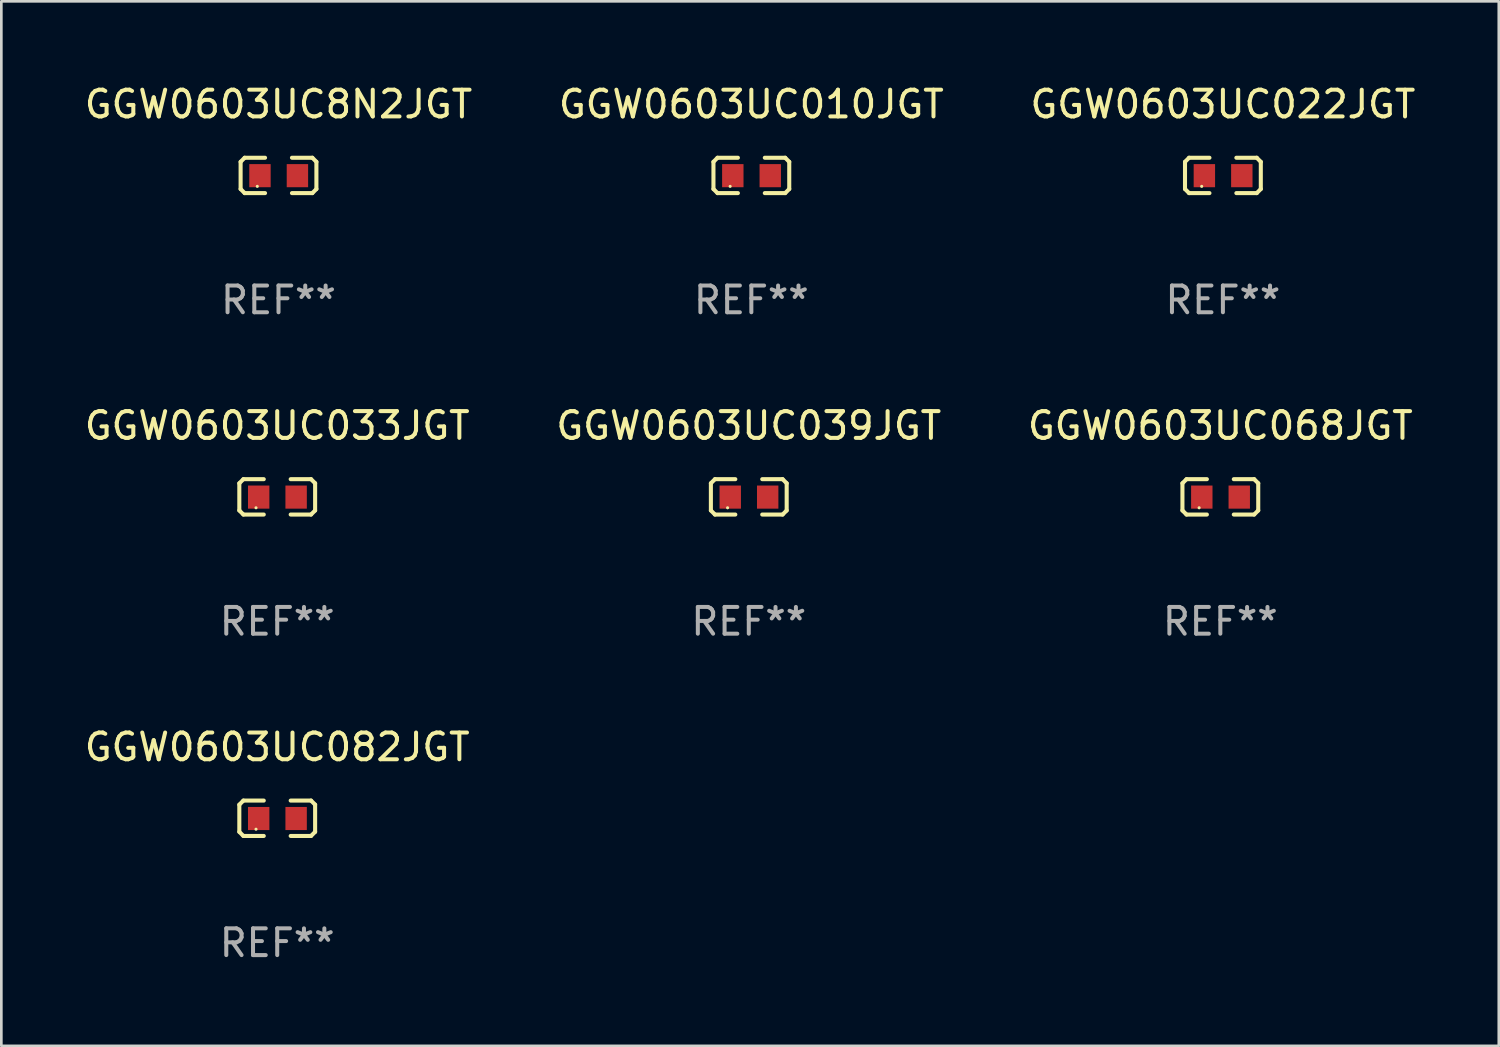
<source format=kicad_pcb>
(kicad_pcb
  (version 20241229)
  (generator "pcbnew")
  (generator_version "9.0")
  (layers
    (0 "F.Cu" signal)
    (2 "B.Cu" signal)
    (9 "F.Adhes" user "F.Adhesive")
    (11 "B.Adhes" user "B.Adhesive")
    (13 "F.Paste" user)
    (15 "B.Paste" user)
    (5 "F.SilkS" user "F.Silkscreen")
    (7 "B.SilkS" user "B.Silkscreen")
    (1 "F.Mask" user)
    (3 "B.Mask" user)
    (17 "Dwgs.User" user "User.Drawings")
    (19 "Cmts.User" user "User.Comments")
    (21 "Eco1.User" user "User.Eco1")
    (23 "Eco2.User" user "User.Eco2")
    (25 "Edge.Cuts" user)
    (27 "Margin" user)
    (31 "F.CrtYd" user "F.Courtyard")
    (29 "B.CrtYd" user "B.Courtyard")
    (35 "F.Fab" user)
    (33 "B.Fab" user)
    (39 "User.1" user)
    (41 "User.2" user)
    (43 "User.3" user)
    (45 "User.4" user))
  (footprint "GGW0603UC8N2JGT"
    (layer "F.Cu")
    (at 7.363 3.509)
    (property "Reference" "GGW0603UC8N2JGT" (at 0 -2.661 0) (layer "F.SilkS") (effects (font (size 1 1) (thickness 0.15))))
    (attr through_hole)
    (fp_line (start -1.417 -0.508) (end -1.265 -0.661) (stroke (width 0.152) (type solid)) (layer "F.SilkS"))
    (fp_line (start -1.417 0.508) (end -1.417 -0.508) (stroke (width 0.152) (type solid)) (layer "F.SilkS"))
    (fp_line (start -1.265 -0.661) (end -0.503 -0.661) (stroke (width 0.152) (type solid)) (layer "F.SilkS"))
    (fp_line (start -1.265 0.661) (end -1.417 0.508) (stroke (width 0.152) (type solid)) (layer "F.SilkS"))
    (fp_line (start -1.265 0.661) (end -0.503 0.661) (stroke (width 0.152) (type solid)) (layer "F.SilkS"))
    (fp_line (start 1.265 -0.661) (end 0.503 -0.661) (stroke (width 0.152) (type solid)) (layer "F.SilkS"))
    (fp_line (start 1.265 -0.661) (end 1.417 -0.508) (stroke (width 0.152) (type solid)) (layer "F.SilkS"))
    (fp_line (start 1.265 0.661) (end 0.503 0.661) (stroke (width 0.152) (type solid)) (layer "F.SilkS"))
    (fp_line (start 1.417 -0.508) (end 1.417 0.508) (stroke (width 0.152) (type solid)) (layer "F.SilkS"))
    (fp_line (start 1.417 0.508) (end 1.265 0.661) (stroke (width 0.152) (type solid)) (layer "F.SilkS"))
    (fp_circle (center -0.793 0.409) (end -0.763 0.409) (stroke (width 0.06) (type solid)) (fill no) (layer "F.SilkS"))
    (fp_text user "REF**" (at 0 4.661 0) (layer "F.Fab") (effects (font (size 1 1) (thickness 0.15))))
    (pad "1" smd rect (at -0.693 0.009 180) (size 0.8 0.864) (layers "F.Cu" "F.Mask" "F.Paste"))
    (pad "2" smd rect (at 0.707 0.009 180) (size 0.8 0.864) (layers "F.Cu" "F.Mask" "F.Paste")))
  (footprint "GGW0603UC010JGT"
    (layer "F.Cu")
    (at 25.042 3.509)
    (property "Reference" "GGW0603UC010JGT" (at 0 -2.661 0) (layer "F.SilkS") (effects (font (size 1 1) (thickness 0.15))))
    (attr through_hole)
    (fp_line (start -1.417 -0.508) (end -1.265 -0.661) (stroke (width 0.152) (type solid)) (layer "F.SilkS"))
    (fp_line (start -1.417 0.508) (end -1.417 -0.508) (stroke (width 0.152) (type solid)) (layer "F.SilkS"))
    (fp_line (start -1.265 -0.661) (end -0.503 -0.661) (stroke (width 0.152) (type solid)) (layer "F.SilkS"))
    (fp_line (start -1.265 0.661) (end -1.417 0.508) (stroke (width 0.152) (type solid)) (layer "F.SilkS"))
    (fp_line (start -1.265 0.661) (end -0.503 0.661) (stroke (width 0.152) (type solid)) (layer "F.SilkS"))
    (fp_line (start 1.265 -0.661) (end 0.503 -0.661) (stroke (width 0.152) (type solid)) (layer "F.SilkS"))
    (fp_line (start 1.265 -0.661) (end 1.417 -0.508) (stroke (width 0.152) (type solid)) (layer "F.SilkS"))
    (fp_line (start 1.265 0.661) (end 0.503 0.661) (stroke (width 0.152) (type solid)) (layer "F.SilkS"))
    (fp_line (start 1.417 -0.508) (end 1.417 0.508) (stroke (width 0.152) (type solid)) (layer "F.SilkS"))
    (fp_line (start 1.417 0.508) (end 1.265 0.661) (stroke (width 0.152) (type solid)) (layer "F.SilkS"))
    (fp_circle (center -0.793 0.409) (end -0.763 0.409) (stroke (width 0.06) (type solid)) (fill no) (layer "F.SilkS"))
    (fp_text user "REF**" (at 0 4.661 0) (layer "F.Fab") (effects (font (size 1 1) (thickness 0.15))))
    (pad "1" smd rect (at -0.693 0.009 180) (size 0.8 0.864) (layers "F.Cu" "F.Mask" "F.Paste"))
    (pad "2" smd rect (at 0.707 0.009 180) (size 0.8 0.864) (layers "F.Cu" "F.Mask" "F.Paste")))
  (footprint "GGW0603UC039JGT"
    (layer "F.Cu")
    (at 24.946 15.527)
    (property "Reference" "GGW0603UC039JGT" (at 0 -2.661 0) (layer "F.SilkS") (effects (font (size 1 1) (thickness 0.15))))
    (attr through_hole)
    (fp_line (start -1.417 -0.508) (end -1.265 -0.661) (stroke (width 0.152) (type solid)) (layer "F.SilkS"))
    (fp_line (start -1.417 0.508) (end -1.417 -0.508) (stroke (width 0.152) (type solid)) (layer "F.SilkS"))
    (fp_line (start -1.265 -0.661) (end -0.503 -0.661) (stroke (width 0.152) (type solid)) (layer "F.SilkS"))
    (fp_line (start -1.265 0.661) (end -1.417 0.508) (stroke (width 0.152) (type solid)) (layer "F.SilkS"))
    (fp_line (start -1.265 0.661) (end -0.503 0.661) (stroke (width 0.152) (type solid)) (layer "F.SilkS"))
    (fp_line (start 1.265 -0.661) (end 0.503 -0.661) (stroke (width 0.152) (type solid)) (layer "F.SilkS"))
    (fp_line (start 1.265 -0.661) (end 1.417 -0.508) (stroke (width 0.152) (type solid)) (layer "F.SilkS"))
    (fp_line (start 1.265 0.661) (end 0.503 0.661) (stroke (width 0.152) (type solid)) (layer "F.SilkS"))
    (fp_line (start 1.417 -0.508) (end 1.417 0.508) (stroke (width 0.152) (type solid)) (layer "F.SilkS"))
    (fp_line (start 1.417 0.508) (end 1.265 0.661) (stroke (width 0.152) (type solid)) (layer "F.SilkS"))
    (fp_circle (center -0.793 0.409) (end -0.763 0.409) (stroke (width 0.06) (type solid)) (fill no) (layer "F.SilkS"))
    (fp_text user "REF**" (at 0 4.661 0) (layer "F.Fab") (effects (font (size 1 1) (thickness 0.15))))
    (pad "1" smd rect (at -0.693 0.009 180) (size 0.8 0.864) (layers "F.Cu" "F.Mask" "F.Paste"))
    (pad "2" smd rect (at 0.707 0.009 180) (size 0.8 0.864) (layers "F.Cu" "F.Mask" "F.Paste")))
  (footprint "GGW0603UC033JGT"
    (layer "F.Cu")
    (at 7.315 15.527)
    (property "Reference" "GGW0603UC033JGT" (at 0 -2.661 0) (layer "F.SilkS") (effects (font (size 1 1) (thickness 0.15))))
    (attr through_hole)
    (fp_line (start -1.417 -0.508) (end -1.265 -0.661) (stroke (width 0.152) (type solid)) (layer "F.SilkS"))
    (fp_line (start -1.417 0.508) (end -1.417 -0.508) (stroke (width 0.152) (type solid)) (layer "F.SilkS"))
    (fp_line (start -1.265 -0.661) (end -0.503 -0.661) (stroke (width 0.152) (type solid)) (layer "F.SilkS"))
    (fp_line (start -1.265 0.661) (end -1.417 0.508) (stroke (width 0.152) (type solid)) (layer "F.SilkS"))
    (fp_line (start -1.265 0.661) (end -0.503 0.661) (stroke (width 0.152) (type solid)) (layer "F.SilkS"))
    (fp_line (start 1.265 -0.661) (end 0.503 -0.661) (stroke (width 0.152) (type solid)) (layer "F.SilkS"))
    (fp_line (start 1.265 -0.661) (end 1.417 -0.508) (stroke (width 0.152) (type solid)) (layer "F.SilkS"))
    (fp_line (start 1.265 0.661) (end 0.503 0.661) (stroke (width 0.152) (type solid)) (layer "F.SilkS"))
    (fp_line (start 1.417 -0.508) (end 1.417 0.508) (stroke (width 0.152) (type solid)) (layer "F.SilkS"))
    (fp_line (start 1.417 0.508) (end 1.265 0.661) (stroke (width 0.152) (type solid)) (layer "F.SilkS"))
    (fp_circle (center -0.793 0.409) (end -0.763 0.409) (stroke (width 0.06) (type solid)) (fill no) (layer "F.SilkS"))
    (fp_text user "REF**" (at 0 4.661 0) (layer "F.Fab") (effects (font (size 1 1) (thickness 0.15))))
    (pad "1" smd rect (at -0.693 0.009 180) (size 0.8 0.864) (layers "F.Cu" "F.Mask" "F.Paste"))
    (pad "2" smd rect (at 0.707 0.009 180) (size 0.8 0.864) (layers "F.Cu" "F.Mask" "F.Paste")))
  (footprint "GGW0603UC022JGT"
    (layer "F.Cu")
    (at 42.673 3.509)
    (property "Reference" "GGW0603UC022JGT" (at 0 -2.661 0) (layer "F.SilkS") (effects (font (size 1 1) (thickness 0.15))))
    (attr through_hole)
    (fp_line (start -1.417 -0.508) (end -1.265 -0.661) (stroke (width 0.152) (type solid)) (layer "F.SilkS"))
    (fp_line (start -1.417 0.508) (end -1.417 -0.508) (stroke (width 0.152) (type solid)) (layer "F.SilkS"))
    (fp_line (start -1.265 -0.661) (end -0.503 -0.661) (stroke (width 0.152) (type solid)) (layer "F.SilkS"))
    (fp_line (start -1.265 0.661) (end -1.417 0.508) (stroke (width 0.152) (type solid)) (layer "F.SilkS"))
    (fp_line (start -1.265 0.661) (end -0.503 0.661) (stroke (width 0.152) (type solid)) (layer "F.SilkS"))
    (fp_line (start 1.265 -0.661) (end 0.503 -0.661) (stroke (width 0.152) (type solid)) (layer "F.SilkS"))
    (fp_line (start 1.265 -0.661) (end 1.417 -0.508) (stroke (width 0.152) (type solid)) (layer "F.SilkS"))
    (fp_line (start 1.265 0.661) (end 0.503 0.661) (stroke (width 0.152) (type solid)) (layer "F.SilkS"))
    (fp_line (start 1.417 -0.508) (end 1.417 0.508) (stroke (width 0.152) (type solid)) (layer "F.SilkS"))
    (fp_line (start 1.417 0.508) (end 1.265 0.661) (stroke (width 0.152) (type solid)) (layer "F.SilkS"))
    (fp_circle (center -0.793 0.409) (end -0.763 0.409) (stroke (width 0.06) (type solid)) (fill no) (layer "F.SilkS"))
    (fp_text user "REF**" (at 0 4.661 0) (layer "F.Fab") (effects (font (size 1 1) (thickness 0.15))))
    (pad "1" smd rect (at -0.693 0.009 180) (size 0.8 0.864) (layers "F.Cu" "F.Mask" "F.Paste"))
    (pad "2" smd rect (at 0.707 0.009 180) (size 0.8 0.864) (layers "F.Cu" "F.Mask" "F.Paste")))
  (footprint "GGW0603UC082JGT"
    (layer "F.Cu")
    (at 7.315 27.544)
    (property "Reference" "GGW0603UC082JGT" (at 0 -2.661 0) (layer "F.SilkS") (effects (font (size 1 1) (thickness 0.15))))
    (attr through_hole)
    (fp_line (start -1.417 -0.508) (end -1.265 -0.661) (stroke (width 0.152) (type solid)) (layer "F.SilkS"))
    (fp_line (start -1.417 0.508) (end -1.417 -0.508) (stroke (width 0.152) (type solid)) (layer "F.SilkS"))
    (fp_line (start -1.265 -0.661) (end -0.503 -0.661) (stroke (width 0.152) (type solid)) (layer "F.SilkS"))
    (fp_line (start -1.265 0.661) (end -1.417 0.508) (stroke (width 0.152) (type solid)) (layer "F.SilkS"))
    (fp_line (start -1.265 0.661) (end -0.503 0.661) (stroke (width 0.152) (type solid)) (layer "F.SilkS"))
    (fp_line (start 1.265 -0.661) (end 0.503 -0.661) (stroke (width 0.152) (type solid)) (layer "F.SilkS"))
    (fp_line (start 1.265 -0.661) (end 1.417 -0.508) (stroke (width 0.152) (type solid)) (layer "F.SilkS"))
    (fp_line (start 1.265 0.661) (end 0.503 0.661) (stroke (width 0.152) (type solid)) (layer "F.SilkS"))
    (fp_line (start 1.417 -0.508) (end 1.417 0.508) (stroke (width 0.152) (type solid)) (layer "F.SilkS"))
    (fp_line (start 1.417 0.508) (end 1.265 0.661) (stroke (width 0.152) (type solid)) (layer "F.SilkS"))
    (fp_circle (center -0.793 0.409) (end -0.763 0.409) (stroke (width 0.06) (type solid)) (fill no) (layer "F.SilkS"))
    (fp_text user "REF**" (at 0 4.661 0) (layer "F.Fab") (effects (font (size 1 1) (thickness 0.15))))
    (pad "1" smd rect (at -0.693 0.009 180) (size 0.8 0.864) (layers "F.Cu" "F.Mask" "F.Paste"))
    (pad "2" smd rect (at 0.707 0.009 180) (size 0.8 0.864) (layers "F.Cu" "F.Mask" "F.Paste")))
  (footprint "GGW0603UC068JGT"
    (layer "F.Cu")
    (at 42.577 15.527)
    (property "Reference" "GGW0603UC068JGT" (at 0 -2.661 0) (layer "F.SilkS") (effects (font (size 1 1) (thickness 0.15))))
    (attr through_hole)
    (fp_line (start -1.417 -0.508) (end -1.265 -0.661) (stroke (width 0.152) (type solid)) (layer "F.SilkS"))
    (fp_line (start -1.417 0.508) (end -1.417 -0.508) (stroke (width 0.152) (type solid)) (layer "F.SilkS"))
    (fp_line (start -1.265 -0.661) (end -0.503 -0.661) (stroke (width 0.152) (type solid)) (layer "F.SilkS"))
    (fp_line (start -1.265 0.661) (end -1.417 0.508) (stroke (width 0.152) (type solid)) (layer "F.SilkS"))
    (fp_line (start -1.265 0.661) (end -0.503 0.661) (stroke (width 0.152) (type solid)) (layer "F.SilkS"))
    (fp_line (start 1.265 -0.661) (end 0.503 -0.661) (stroke (width 0.152) (type solid)) (layer "F.SilkS"))
    (fp_line (start 1.265 -0.661) (end 1.417 -0.508) (stroke (width 0.152) (type solid)) (layer "F.SilkS"))
    (fp_line (start 1.265 0.661) (end 0.503 0.661) (stroke (width 0.152) (type solid)) (layer "F.SilkS"))
    (fp_line (start 1.417 -0.508) (end 1.417 0.508) (stroke (width 0.152) (type solid)) (layer "F.SilkS"))
    (fp_line (start 1.417 0.508) (end 1.265 0.661) (stroke (width 0.152) (type solid)) (layer "F.SilkS"))
    (fp_circle (center -0.793 0.409) (end -0.763 0.409) (stroke (width 0.06) (type solid)) (fill no) (layer "F.SilkS"))
    (fp_text user "REF**" (at 0 4.661 0) (layer "F.Fab") (effects (font (size 1 1) (thickness 0.15))))
    (pad "1" smd rect (at -0.693 0.009 180) (size 0.8 0.864) (layers "F.Cu" "F.Mask" "F.Paste"))
    (pad "2" smd rect (at 0.707 0.009 180) (size 0.8 0.864) (layers "F.Cu" "F.Mask" "F.Paste")))
  (gr_rect
    (start -3 -3)
    (end 52.988 36.053)
    (stroke (width 0.1) (type default))
    (fill no)
    (layer "Edge.Cuts")))
</source>
